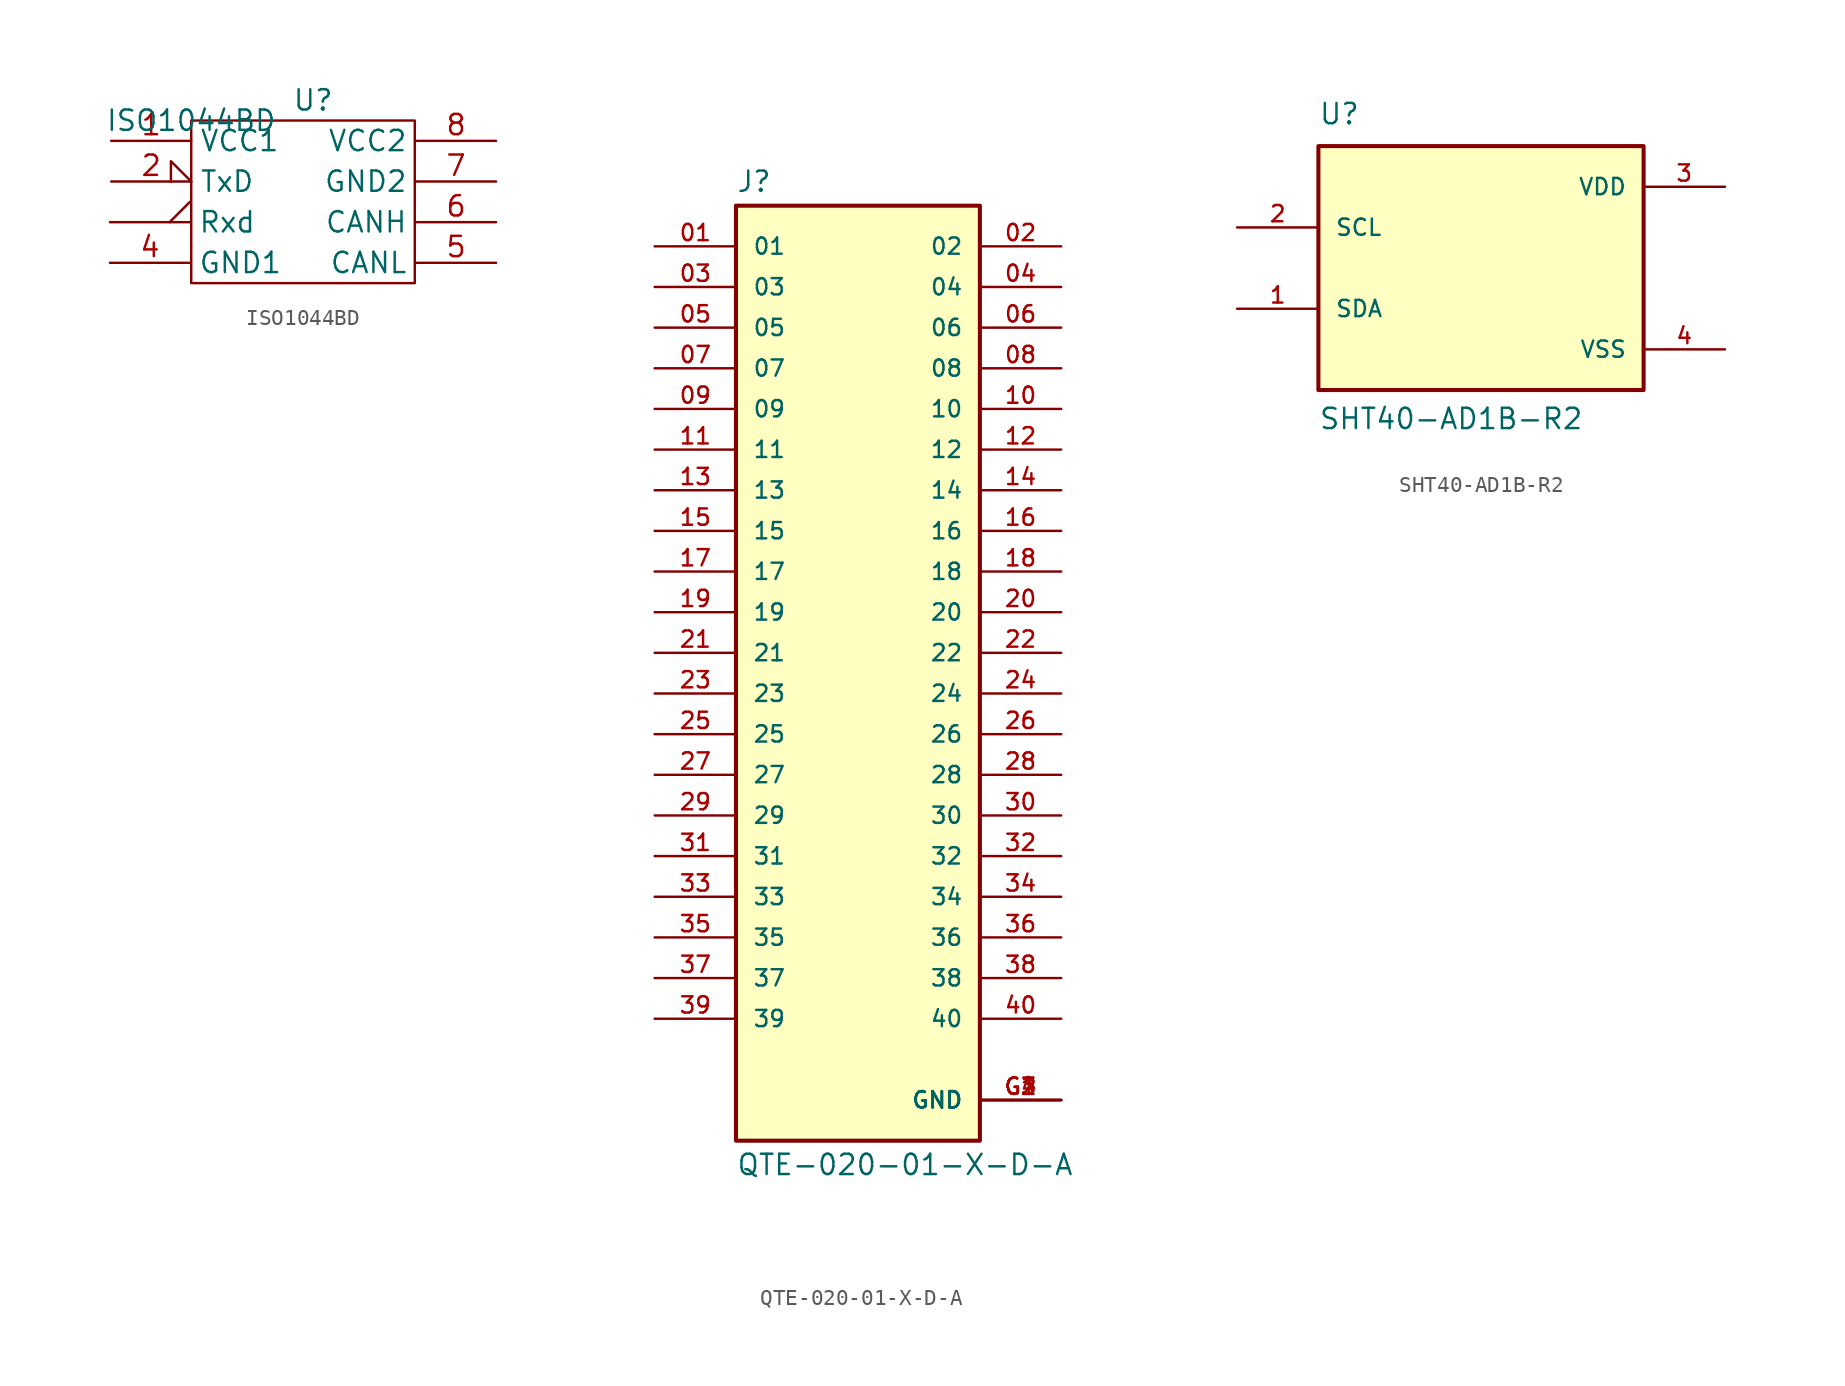
<source format=kicad_sym>
(kicad_symbol_lib
  (version 20220914)
  (generator kicad_symbol_editor)
  (symbol "ISO1044BD"
    (property "Reference" "U"
      (at 7.62 1.27 0)
      (effects (font (size 1.27 1.27))))
    (property "Value" "ISO1044BD"
      (at 0 0 0)
      (effects (font (size 1.27 1.27))))
    (symbol "ISO1044BD_0_1"
      (rectangle (start 0 0) (end 13.97 -10.16) (stroke (width 0) (type default)) (fill (type none))))
    (symbol "ISO1044BD_1_1"
      (pin output output_low (at -5.08 -6.35 0) (length 5) (name "Rxd" (effects (font (size 1.27 1.27)))) (number "" (effects (font (size 1.27 1.27)))))
      (pin power_in line (at -5 -1.27 0) (length 5) (name "VCC1" (effects (font (size 1.27 1.27)))) (number "1" (effects (font (size 1.27 1.27)))))
      (pin input input_low (at -5 -3.81 0) (length 5) (name "TxD" (effects (font (size 1.27 1.27)))) (number "2" (effects (font (size 1.27 1.27)))))
      (pin power_out line (at -5.08 -8.89 0) (length 5) (name "GND1" (effects (font (size 1.27 1.27)))) (number "4" (effects (font (size 1.27 1.27)))))
      (pin bidirectional line (at 19.05 -8.89 180) (length 5) (name "CANL" (effects (font (size 1.27 1.27)))) (number "5" (effects (font (size 1.27 1.27)))))
      (pin bidirectional line (at 19.05 -6.35 180) (length 5) (name "CANH" (effects (font (size 1.27 1.27)))) (number "6" (effects (font (size 1.27 1.27)))))
      (pin power_out line (at 19.05 -3.81 180) (length 5) (name "GND2" (effects (font (size 1.27 1.27)))) (number "7" (effects (font (size 1.27 1.27)))))
      (pin power_in line (at 19.05 -1.27 180) (length 5) (name "VCC2" (effects (font (size 1.27 1.27)))) (number "8" (effects (font (size 1.27 1.27)))))))
  (symbol "QTE-020-01-X-D-A"
    (pin_names
      (offset 1.016))
    (property "Reference" "J"
      (at -7.62 28.702 0)
      (effects (font (size 1.27 1.27)) (justify left bottom)))
    (property "Value" "QTE-020-01-X-D-A"
      (at -7.62 -31.242 0)
      (effects (font (size 1.27 1.27)) (justify left top)))
    (symbol "QTE-020-01-X-D-A_0_0"
      (rectangle (start -7.62 -30.48) (end 7.62 27.94) (stroke (width 0.254) (type default)) (fill (type background)))
      (pin passive line (at -12.7 25.4 0) (length 5.08) (name "01" (effects (font (size 1.016 1.016)))) (number "01" (effects (font (size 1.016 1.016)))))
      (pin passive line (at 12.7 25.4 180) (length 5.08) (name "02" (effects (font (size 1.016 1.016)))) (number "02" (effects (font (size 1.016 1.016)))))
      (pin passive line (at -12.7 22.86 0) (length 5.08) (name "03" (effects (font (size 1.016 1.016)))) (number "03" (effects (font (size 1.016 1.016)))))
      (pin passive line (at 12.7 22.86 180) (length 5.08) (name "04" (effects (font (size 1.016 1.016)))) (number "04" (effects (font (size 1.016 1.016)))))
      (pin passive line (at -12.7 20.32 0) (length 5.08) (name "05" (effects (font (size 1.016 1.016)))) (number "05" (effects (font (size 1.016 1.016)))))
      (pin passive line (at 12.7 20.32 180) (length 5.08) (name "06" (effects (font (size 1.016 1.016)))) (number "06" (effects (font (size 1.016 1.016)))))
      (pin passive line (at -12.7 17.78 0) (length 5.08) (name "07" (effects (font (size 1.016 1.016)))) (number "07" (effects (font (size 1.016 1.016)))))
      (pin passive line (at 12.7 17.78 180) (length 5.08) (name "08" (effects (font (size 1.016 1.016)))) (number "08" (effects (font (size 1.016 1.016)))))
      (pin passive line (at -12.7 15.24 0) (length 5.08) (name "09" (effects (font (size 1.016 1.016)))) (number "09" (effects (font (size 1.016 1.016)))))
      (pin passive line (at 12.7 15.24 180) (length 5.08) (name "10" (effects (font (size 1.016 1.016)))) (number "10" (effects (font (size 1.016 1.016)))))
      (pin passive line (at -12.7 12.7 0) (length 5.08) (name "11" (effects (font (size 1.016 1.016)))) (number "11" (effects (font (size 1.016 1.016)))))
      (pin passive line (at 12.7 12.7 180) (length 5.08) (name "12" (effects (font (size 1.016 1.016)))) (number "12" (effects (font (size 1.016 1.016)))))
      (pin passive line (at -12.7 10.16 0) (length 5.08) (name "13" (effects (font (size 1.016 1.016)))) (number "13" (effects (font (size 1.016 1.016)))))
      (pin passive line (at 12.7 10.16 180) (length 5.08) (name "14" (effects (font (size 1.016 1.016)))) (number "14" (effects (font (size 1.016 1.016)))))
      (pin passive line (at -12.7 7.62 0) (length 5.08) (name "15" (effects (font (size 1.016 1.016)))) (number "15" (effects (font (size 1.016 1.016)))))
      (pin passive line (at 12.7 7.62 180) (length 5.08) (name "16" (effects (font (size 1.016 1.016)))) (number "16" (effects (font (size 1.016 1.016)))))
      (pin passive line (at -12.7 5.08 0) (length 5.08) (name "17" (effects (font (size 1.016 1.016)))) (number "17" (effects (font (size 1.016 1.016)))))
      (pin passive line (at 12.7 5.08 180) (length 5.08) (name "18" (effects (font (size 1.016 1.016)))) (number "18" (effects (font (size 1.016 1.016)))))
      (pin passive line (at -12.7 2.54 0) (length 5.08) (name "19" (effects (font (size 1.016 1.016)))) (number "19" (effects (font (size 1.016 1.016)))))
      (pin passive line (at 12.7 2.54 180) (length 5.08) (name "20" (effects (font (size 1.016 1.016)))) (number "20" (effects (font (size 1.016 1.016)))))
      (pin passive line (at -12.7 0 0) (length 5.08) (name "21" (effects (font (size 1.016 1.016)))) (number "21" (effects (font (size 1.016 1.016)))))
      (pin passive line (at 12.7 0 180) (length 5.08) (name "22" (effects (font (size 1.016 1.016)))) (number "22" (effects (font (size 1.016 1.016)))))
      (pin passive line (at -12.7 -2.54 0) (length 5.08) (name "23" (effects (font (size 1.016 1.016)))) (number "23" (effects (font (size 1.016 1.016)))))
      (pin passive line (at 12.7 -2.54 180) (length 5.08) (name "24" (effects (font (size 1.016 1.016)))) (number "24" (effects (font (size 1.016 1.016)))))
      (pin passive line (at -12.7 -5.08 0) (length 5.08) (name "25" (effects (font (size 1.016 1.016)))) (number "25" (effects (font (size 1.016 1.016)))))
      (pin passive line (at 12.7 -5.08 180) (length 5.08) (name "26" (effects (font (size 1.016 1.016)))) (number "26" (effects (font (size 1.016 1.016)))))
      (pin passive line (at -12.7 -7.62 0) (length 5.08) (name "27" (effects (font (size 1.016 1.016)))) (number "27" (effects (font (size 1.016 1.016)))))
      (pin passive line (at 12.7 -7.62 180) (length 5.08) (name "28" (effects (font (size 1.016 1.016)))) (number "28" (effects (font (size 1.016 1.016)))))
      (pin passive line (at -12.7 -10.16 0) (length 5.08) (name "29" (effects (font (size 1.016 1.016)))) (number "29" (effects (font (size 1.016 1.016)))))
      (pin passive line (at 12.7 -10.16 180) (length 5.08) (name "30" (effects (font (size 1.016 1.016)))) (number "30" (effects (font (size 1.016 1.016)))))
      (pin passive line (at -12.7 -12.7 0) (length 5.08) (name "31" (effects (font (size 1.016 1.016)))) (number "31" (effects (font (size 1.016 1.016)))))
      (pin passive line (at 12.7 -12.7 180) (length 5.08) (name "32" (effects (font (size 1.016 1.016)))) (number "32" (effects (font (size 1.016 1.016)))))
      (pin passive line (at -12.7 -15.24 0) (length 5.08) (name "33" (effects (font (size 1.016 1.016)))) (number "33" (effects (font (size 1.016 1.016)))))
      (pin passive line (at 12.7 -15.24 180) (length 5.08) (name "34" (effects (font (size 1.016 1.016)))) (number "34" (effects (font (size 1.016 1.016)))))
      (pin passive line (at -12.7 -17.78 0) (length 5.08) (name "35" (effects (font (size 1.016 1.016)))) (number "35" (effects (font (size 1.016 1.016)))))
      (pin passive line (at 12.7 -17.78 180) (length 5.08) (name "36" (effects (font (size 1.016 1.016)))) (number "36" (effects (font (size 1.016 1.016)))))
      (pin passive line (at -12.7 -20.32 0) (length 5.08) (name "37" (effects (font (size 1.016 1.016)))) (number "37" (effects (font (size 1.016 1.016)))))
      (pin passive line (at 12.7 -20.32 180) (length 5.08) (name "38" (effects (font (size 1.016 1.016)))) (number "38" (effects (font (size 1.016 1.016)))))
      (pin passive line (at -12.7 -22.86 0) (length 5.08) (name "39" (effects (font (size 1.016 1.016)))) (number "39" (effects (font (size 1.016 1.016)))))
      (pin passive line (at 12.7 -22.86 180) (length 5.08) (name "40" (effects (font (size 1.016 1.016)))) (number "40" (effects (font (size 1.016 1.016)))))
      (pin power_in line (at 12.7 -27.94 180) (length 5.08) (name "GND" (effects (font (size 1.016 1.016)))) (number "G1" (effects (font (size 1.016 1.016)))))
      (pin power_in line (at 12.7 -27.94 180) (length 5.08) (name "GND" (effects (font (size 1.016 1.016)))) (number "G2" (effects (font (size 1.016 1.016)))))
      (pin power_in line (at 12.7 -27.94 180) (length 5.08) (name "GND" (effects (font (size 1.016 1.016)))) (number "G3" (effects (font (size 1.016 1.016)))))
      (pin power_in line (at 12.7 -27.94 180) (length 5.08) (name "GND" (effects (font (size 1.016 1.016)))) (number "G4" (effects (font (size 1.016 1.016)))))))
  (symbol "SHT40-AD1B-R2"
    (pin_names
      (offset 1.016))
    (property "Reference" "U"
      (at -10.16 8.89 0)
      (effects (font (size 1.27 1.27)) (justify left bottom)))
    (property "Value" "SHT40-AD1B-R2"
      (at -10.16 -10.16 0)
      (effects (font (size 1.27 1.27)) (justify left bottom)))
    (symbol "SHT40-AD1B-R2_0_0"
      (rectangle (start -10.16 -7.62) (end 10.16 7.62) (stroke (width 0.254) (type default)) (fill (type background)))
      (pin bidirectional line (at -15.24 -2.54 0) (length 5.08) (name "SDA" (effects (font (size 1.016 1.016)))) (number "1" (effects (font (size 1.016 1.016)))))
      (pin input line (at -15.24 2.54 0) (length 5.08) (name "SCL" (effects (font (size 1.016 1.016)))) (number "2" (effects (font (size 1.016 1.016)))))
      (pin power_in line (at 15.24 5.08 180) (length 5.08) (name "VDD" (effects (font (size 1.016 1.016)))) (number "3" (effects (font (size 1.016 1.016)))))
      (pin power_in line (at 15.24 -5.08 180) (length 5.08) (name "VSS" (effects (font (size 1.016 1.016)))) (number "4" (effects (font (size 1.016 1.016))))))))
</source>
